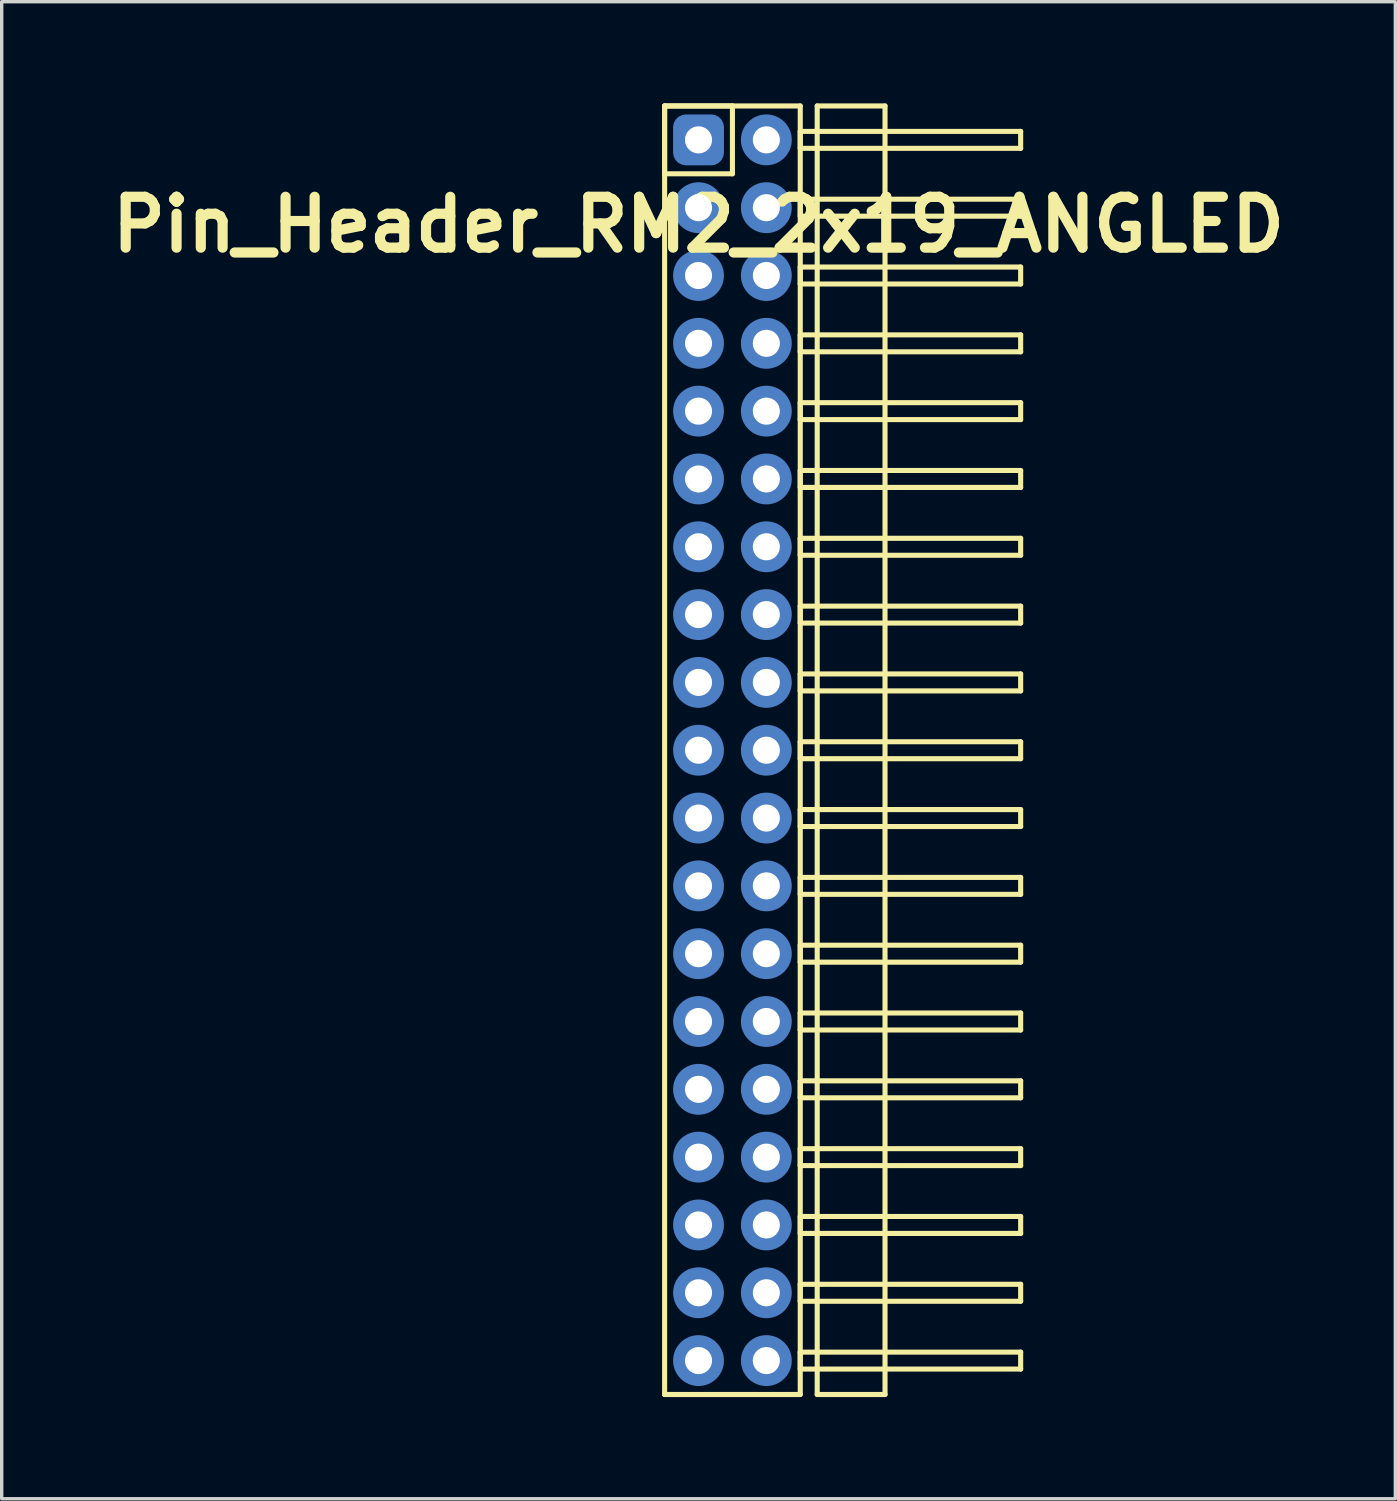
<source format=kicad_pcb>
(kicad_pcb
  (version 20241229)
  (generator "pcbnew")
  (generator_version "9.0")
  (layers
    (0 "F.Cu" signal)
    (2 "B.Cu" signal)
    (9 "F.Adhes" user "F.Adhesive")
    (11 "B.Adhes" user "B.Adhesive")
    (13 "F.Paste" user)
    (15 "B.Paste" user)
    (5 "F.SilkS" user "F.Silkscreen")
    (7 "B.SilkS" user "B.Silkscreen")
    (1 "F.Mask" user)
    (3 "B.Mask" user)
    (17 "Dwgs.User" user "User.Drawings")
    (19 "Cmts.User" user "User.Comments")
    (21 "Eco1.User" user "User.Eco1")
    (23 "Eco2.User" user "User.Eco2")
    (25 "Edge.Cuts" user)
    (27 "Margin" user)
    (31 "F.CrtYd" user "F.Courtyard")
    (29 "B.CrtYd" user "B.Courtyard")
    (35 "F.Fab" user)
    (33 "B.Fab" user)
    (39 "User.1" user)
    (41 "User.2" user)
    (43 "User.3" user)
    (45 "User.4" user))
  (footprint "Pin_Header_RM2_2x19_ANGLED"
    (layer "F.Cu")
    (at 17.55 1.075)
    (property "Reference" "Pin_Header_RM2_2x19_ANGLED" (at 0 2.5 0) (layer "F.SilkS") (effects (font (size 1.5 1.5) (thickness 0.3))))
    (attr through_hole)
    (fp_line (start -1 -1) (end 1 -1) (stroke (width 0.15) (type solid)) (layer "F.SilkS"))
    (fp_line (start -1 -1) (end 3 -1) (stroke (width 0.15) (type solid)) (layer "F.SilkS"))
    (fp_line (start -1 1) (end -1 -1) (stroke (width 0.15) (type solid)) (layer "F.SilkS"))
    (fp_line (start -1 37) (end -1 -1) (stroke (width 0.15) (type solid)) (layer "F.SilkS"))
    (fp_line (start 1 -1) (end 1 1) (stroke (width 0.15) (type solid)) (layer "F.SilkS"))
    (fp_line (start 1 1) (end -1 1) (stroke (width 0.15) (type solid)) (layer "F.SilkS"))
    (fp_line (start 3 -1) (end 3 37) (stroke (width 0.15) (type solid)) (layer "F.SilkS"))
    (fp_line (start 3 -0.25) (end 9.5 -0.25) (stroke (width 0.15) (type solid)) (layer "F.SilkS"))
    (fp_line (start 3 0.25) (end 3 -0.25) (stroke (width 0.15) (type solid)) (layer "F.SilkS"))
    (fp_line (start 3 1.75) (end 9.5 1.75) (stroke (width 0.15) (type solid)) (layer "F.SilkS"))
    (fp_line (start 3 2.25) (end 3 1.75) (stroke (width 0.15) (type solid)) (layer "F.SilkS"))
    (fp_line (start 3 3.75) (end 9.5 3.75) (stroke (width 0.15) (type solid)) (layer "F.SilkS"))
    (fp_line (start 3 4.25) (end 3 3.75) (stroke (width 0.15) (type solid)) (layer "F.SilkS"))
    (fp_line (start 3 5.75) (end 9.5 5.75) (stroke (width 0.15) (type solid)) (layer "F.SilkS"))
    (fp_line (start 3 6.25) (end 3 5.75) (stroke (width 0.15) (type solid)) (layer "F.SilkS"))
    (fp_line (start 3 7.75) (end 9.5 7.75) (stroke (width 0.15) (type solid)) (layer "F.SilkS"))
    (fp_line (start 3 8.25) (end 3 7.75) (stroke (width 0.15) (type solid)) (layer "F.SilkS"))
    (fp_line (start 3 9.75) (end 9.5 9.75) (stroke (width 0.15) (type solid)) (layer "F.SilkS"))
    (fp_line (start 3 10.25) (end 3 9.75) (stroke (width 0.15) (type solid)) (layer "F.SilkS"))
    (fp_line (start 3 11.75) (end 9.5 11.75) (stroke (width 0.15) (type solid)) (layer "F.SilkS"))
    (fp_line (start 3 12.25) (end 3 11.75) (stroke (width 0.15) (type solid)) (layer "F.SilkS"))
    (fp_line (start 3 13.75) (end 9.5 13.75) (stroke (width 0.15) (type solid)) (layer "F.SilkS"))
    (fp_line (start 3 14.25) (end 3 13.75) (stroke (width 0.15) (type solid)) (layer "F.SilkS"))
    (fp_line (start 3 15.75) (end 9.5 15.75) (stroke (width 0.15) (type solid)) (layer "F.SilkS"))
    (fp_line (start 3 16.25) (end 3 15.75) (stroke (width 0.15) (type solid)) (layer "F.SilkS"))
    (fp_line (start 3 17.75) (end 9.5 17.75) (stroke (width 0.15) (type solid)) (layer "F.SilkS"))
    (fp_line (start 3 18.25) (end 3 17.75) (stroke (width 0.15) (type solid)) (layer "F.SilkS"))
    (fp_line (start 3 19.75) (end 9.5 19.75) (stroke (width 0.15) (type solid)) (layer "F.SilkS"))
    (fp_line (start 3 20.25) (end 3 19.75) (stroke (width 0.15) (type solid)) (layer "F.SilkS"))
    (fp_line (start 3 21.75) (end 9.5 21.75) (stroke (width 0.15) (type solid)) (layer "F.SilkS"))
    (fp_line (start 3 22.25) (end 3 21.75) (stroke (width 0.15) (type solid)) (layer "F.SilkS"))
    (fp_line (start 3 23.75) (end 9.5 23.75) (stroke (width 0.15) (type solid)) (layer "F.SilkS"))
    (fp_line (start 3 24.25) (end 3 23.75) (stroke (width 0.15) (type solid)) (layer "F.SilkS"))
    (fp_line (start 3 25.75) (end 9.5 25.75) (stroke (width 0.15) (type solid)) (layer "F.SilkS"))
    (fp_line (start 3 26.25) (end 3 25.75) (stroke (width 0.15) (type solid)) (layer "F.SilkS"))
    (fp_line (start 3 27.75) (end 9.5 27.75) (stroke (width 0.15) (type solid)) (layer "F.SilkS"))
    (fp_line (start 3 28.25) (end 3 27.75) (stroke (width 0.15) (type solid)) (layer "F.SilkS"))
    (fp_line (start 3 29.75) (end 9.5 29.75) (stroke (width 0.15) (type solid)) (layer "F.SilkS"))
    (fp_line (start 3 30.25) (end 3 29.75) (stroke (width 0.15) (type solid)) (layer "F.SilkS"))
    (fp_line (start 3 31.75) (end 9.5 31.75) (stroke (width 0.15) (type solid)) (layer "F.SilkS"))
    (fp_line (start 3 32.25) (end 3 31.75) (stroke (width 0.15) (type solid)) (layer "F.SilkS"))
    (fp_line (start 3 33.75) (end 9.5 33.75) (stroke (width 0.15) (type solid)) (layer "F.SilkS"))
    (fp_line (start 3 34.25) (end 3 33.75) (stroke (width 0.15) (type solid)) (layer "F.SilkS"))
    (fp_line (start 3 35.75) (end 9.5 35.75) (stroke (width 0.15) (type solid)) (layer "F.SilkS"))
    (fp_line (start 3 36.25) (end 3 35.75) (stroke (width 0.15) (type solid)) (layer "F.SilkS"))
    (fp_line (start 3 37) (end -1 37) (stroke (width 0.15) (type solid)) (layer "F.SilkS"))
    (fp_line (start 3.5 -1) (end 5.5 -1) (stroke (width 0.15) (type solid)) (layer "F.SilkS"))
    (fp_line (start 3.5 37) (end 3.5 -1) (stroke (width 0.15) (type solid)) (layer "F.SilkS"))
    (fp_line (start 5.5 -1) (end 5.5 37) (stroke (width 0.15) (type solid)) (layer "F.SilkS"))
    (fp_line (start 5.5 37) (end 3.5 37) (stroke (width 0.15) (type solid)) (layer "F.SilkS"))
    (fp_line (start 9.5 -0.25) (end 9.5 0.25) (stroke (width 0.15) (type solid)) (layer "F.SilkS"))
    (fp_line (start 9.5 0.25) (end 3 0.25) (stroke (width 0.15) (type solid)) (layer "F.SilkS"))
    (fp_line (start 9.5 1.75) (end 9.5 2.25) (stroke (width 0.15) (type solid)) (layer "F.SilkS"))
    (fp_line (start 9.5 2.25) (end 3 2.25) (stroke (width 0.15) (type solid)) (layer "F.SilkS"))
    (fp_line (start 9.5 3.75) (end 9.5 4.25) (stroke (width 0.15) (type solid)) (layer "F.SilkS"))
    (fp_line (start 9.5 4.25) (end 3 4.25) (stroke (width 0.15) (type solid)) (layer "F.SilkS"))
    (fp_line (start 9.5 5.75) (end 9.5 6.25) (stroke (width 0.15) (type solid)) (layer "F.SilkS"))
    (fp_line (start 9.5 6.25) (end 3 6.25) (stroke (width 0.15) (type solid)) (layer "F.SilkS"))
    (fp_line (start 9.5 7.75) (end 9.5 8.25) (stroke (width 0.15) (type solid)) (layer "F.SilkS"))
    (fp_line (start 9.5 8.25) (end 3 8.25) (stroke (width 0.15) (type solid)) (layer "F.SilkS"))
    (fp_line (start 9.5 9.75) (end 9.5 10.25) (stroke (width 0.15) (type solid)) (layer "F.SilkS"))
    (fp_line (start 9.5 10.25) (end 3 10.25) (stroke (width 0.15) (type solid)) (layer "F.SilkS"))
    (fp_line (start 9.5 11.75) (end 9.5 12.25) (stroke (width 0.15) (type solid)) (layer "F.SilkS"))
    (fp_line (start 9.5 12.25) (end 3 12.25) (stroke (width 0.15) (type solid)) (layer "F.SilkS"))
    (fp_line (start 9.5 13.75) (end 9.5 14.25) (stroke (width 0.15) (type solid)) (layer "F.SilkS"))
    (fp_line (start 9.5 14.25) (end 3 14.25) (stroke (width 0.15) (type solid)) (layer "F.SilkS"))
    (fp_line (start 9.5 15.75) (end 9.5 16.25) (stroke (width 0.15) (type solid)) (layer "F.SilkS"))
    (fp_line (start 9.5 16.25) (end 3 16.25) (stroke (width 0.15) (type solid)) (layer "F.SilkS"))
    (fp_line (start 9.5 17.75) (end 9.5 18.25) (stroke (width 0.15) (type solid)) (layer "F.SilkS"))
    (fp_line (start 9.5 18.25) (end 3 18.25) (stroke (width 0.15) (type solid)) (layer "F.SilkS"))
    (fp_line (start 9.5 19.75) (end 9.5 20.25) (stroke (width 0.15) (type solid)) (layer "F.SilkS"))
    (fp_line (start 9.5 20.25) (end 3 20.25) (stroke (width 0.15) (type solid)) (layer "F.SilkS"))
    (fp_line (start 9.5 21.75) (end 9.5 22.25) (stroke (width 0.15) (type solid)) (layer "F.SilkS"))
    (fp_line (start 9.5 22.25) (end 3 22.25) (stroke (width 0.15) (type solid)) (layer "F.SilkS"))
    (fp_line (start 9.5 23.75) (end 9.5 24.25) (stroke (width 0.15) (type solid)) (layer "F.SilkS"))
    (fp_line (start 9.5 24.25) (end 3 24.25) (stroke (width 0.15) (type solid)) (layer "F.SilkS"))
    (fp_line (start 9.5 25.75) (end 9.5 26.25) (stroke (width 0.15) (type solid)) (layer "F.SilkS"))
    (fp_line (start 9.5 26.25) (end 3 26.25) (stroke (width 0.15) (type solid)) (layer "F.SilkS"))
    (fp_line (start 9.5 27.75) (end 9.5 28.25) (stroke (width 0.15) (type solid)) (layer "F.SilkS"))
    (fp_line (start 9.5 28.25) (end 3 28.25) (stroke (width 0.15) (type solid)) (layer "F.SilkS"))
    (fp_line (start 9.5 29.75) (end 9.5 30.25) (stroke (width 0.15) (type solid)) (layer "F.SilkS"))
    (fp_line (start 9.5 30.25) (end 3 30.25) (stroke (width 0.15) (type solid)) (layer "F.SilkS"))
    (fp_line (start 9.5 31.75) (end 9.5 32.25) (stroke (width 0.15) (type solid)) (layer "F.SilkS"))
    (fp_line (start 9.5 32.25) (end 3 32.25) (stroke (width 0.15) (type solid)) (layer "F.SilkS"))
    (fp_line (start 9.5 33.75) (end 9.5 34.25) (stroke (width 0.15) (type solid)) (layer "F.SilkS"))
    (fp_line (start 9.5 34.25) (end 3 34.25) (stroke (width 0.15) (type solid)) (layer "F.SilkS"))
    (fp_line (start 9.5 35.75) (end 9.5 36.25) (stroke (width 0.15) (type solid)) (layer "F.SilkS"))
    (fp_line (start 9.5 36.25) (end 3 36.25) (stroke (width 0.15) (type solid)) (layer "F.SilkS"))
    (pad "1" thru_hole circle (at 0 0) (size 1.1 1.1) (drill 0.8) (layers "*.Cu" "*.Mask"))
    (pad "1" smd roundrect (at 0 0) (size 1.25 1.25) (layers "F.Cu" "F.Mask") (roundrect_rratio 0.25))
    (pad "1" smd roundrect (at 0 0) (size 1.5 1.5) (layers "B.Cu" "B.Mask") (roundrect_rratio 0.25))
    (pad "2" thru_hole circle (at 2 0) (size 1.1 1.1) (drill 0.8) (layers "*.Cu" "*.Mask"))
    (pad "2" smd circle (at 2 0) (size 1.25 1.25) (layers "F.Cu" "F.Mask"))
    (pad "2" smd circle (at 2 0) (size 1.5 1.5) (layers "B.Cu" "B.Mask"))
    (pad "3" thru_hole circle (at 0 2) (size 1.1 1.1) (drill 0.8) (layers "*.Cu" "*.Mask"))
    (pad "3" smd circle (at 0 2) (size 1.25 1.25) (layers "F.Cu" "F.Mask"))
    (pad "3" smd circle (at 0 2) (size 1.5 1.5) (layers "B.Cu" "B.Mask"))
    (pad "4" thru_hole circle (at 2 2) (size 1.1 1.1) (drill 0.8) (layers "*.Cu" "*.Mask"))
    (pad "4" smd circle (at 2 2) (size 1.25 1.25) (layers "F.Cu" "F.Mask"))
    (pad "4" smd circle (at 2 2) (size 1.5 1.5) (layers "B.Cu" "B.Mask"))
    (pad "5" thru_hole circle (at 0 4) (size 1.1 1.1) (drill 0.8) (layers "*.Cu" "*.Mask"))
    (pad "5" smd circle (at 0 4) (size 1.25 1.25) (layers "F.Cu" "F.Mask"))
    (pad "5" smd circle (at 0 4) (size 1.5 1.5) (layers "B.Cu" "B.Mask"))
    (pad "6" thru_hole circle (at 2 4) (size 1.1 1.1) (drill 0.8) (layers "*.Cu" "*.Mask"))
    (pad "6" smd circle (at 2 4) (size 1.25 1.25) (layers "F.Cu" "F.Mask"))
    (pad "6" smd circle (at 2 4) (size 1.5 1.5) (layers "B.Cu" "B.Mask"))
    (pad "7" thru_hole circle (at 0 6) (size 1.1 1.1) (drill 0.8) (layers "*.Cu" "*.Mask"))
    (pad "7" smd circle (at 0 6) (size 1.25 1.25) (layers "F.Cu" "F.Mask"))
    (pad "7" smd circle (at 0 6) (size 1.5 1.5) (layers "B.Cu" "B.Mask"))
    (pad "8" thru_hole circle (at 2 6) (size 1.1 1.1) (drill 0.8) (layers "*.Cu" "*.Mask"))
    (pad "8" smd circle (at 2 6) (size 1.25 1.25) (layers "F.Cu" "F.Mask"))
    (pad "8" smd circle (at 2 6) (size 1.5 1.5) (layers "B.Cu" "B.Mask"))
    (pad "9" thru_hole circle (at 0 8) (size 1.1 1.1) (drill 0.8) (layers "*.Cu" "*.Mask"))
    (pad "9" smd circle (at 0 8) (size 1.25 1.25) (layers "F.Cu" "F.Mask"))
    (pad "9" smd circle (at 0 8) (size 1.5 1.5) (layers "B.Cu" "B.Mask"))
    (pad "10" thru_hole circle (at 2 8) (size 1.1 1.1) (drill 0.8) (layers "*.Cu" "*.Mask"))
    (pad "10" smd circle (at 2 8) (size 1.25 1.25) (layers "F.Cu" "F.Mask"))
    (pad "10" smd circle (at 2 8) (size 1.5 1.5) (layers "B.Cu" "B.Mask"))
    (pad "11" thru_hole circle (at 0 10) (size 1.1 1.1) (drill 0.8) (layers "*.Cu" "*.Mask"))
    (pad "11" smd circle (at 0 10) (size 1.25 1.25) (layers "F.Cu" "F.Mask"))
    (pad "11" smd circle (at 0 10) (size 1.5 1.5) (layers "B.Cu" "B.Mask"))
    (pad "12" thru_hole circle (at 2 10) (size 1.1 1.1) (drill 0.8) (layers "*.Cu" "*.Mask"))
    (pad "12" smd circle (at 2 10) (size 1.25 1.25) (layers "F.Cu" "F.Mask"))
    (pad "12" smd circle (at 2 10) (size 1.5 1.5) (layers "B.Cu" "B.Mask"))
    (pad "13" thru_hole circle (at 0 12) (size 1.1 1.1) (drill 0.8) (layers "*.Cu" "*.Mask"))
    (pad "13" smd circle (at 0 12) (size 1.25 1.25) (layers "F.Cu" "F.Mask"))
    (pad "13" smd circle (at 0 12) (size 1.5 1.5) (layers "B.Cu" "B.Mask"))
    (pad "14" thru_hole circle (at 2 12) (size 1.1 1.1) (drill 0.8) (layers "*.Cu" "*.Mask"))
    (pad "14" smd circle (at 2 12) (size 1.25 1.25) (layers "F.Cu" "F.Mask"))
    (pad "14" smd circle (at 2 12) (size 1.5 1.5) (layers "B.Cu" "B.Mask"))
    (pad "15" thru_hole circle (at 0 14) (size 1.1 1.1) (drill 0.8) (layers "*.Cu" "*.Mask"))
    (pad "15" smd circle (at 0 14) (size 1.25 1.25) (layers "F.Cu" "F.Mask"))
    (pad "15" smd circle (at 0 14) (size 1.5 1.5) (layers "B.Cu" "B.Mask"))
    (pad "16" thru_hole circle (at 2 14) (size 1.1 1.1) (drill 0.8) (layers "*.Cu" "*.Mask"))
    (pad "16" smd circle (at 2 14) (size 1.25 1.25) (layers "F.Cu" "F.Mask"))
    (pad "16" smd circle (at 2 14) (size 1.5 1.5) (layers "B.Cu" "B.Mask"))
    (pad "17" thru_hole circle (at 0 16) (size 1.1 1.1) (drill 0.8) (layers "*.Cu" "*.Mask"))
    (pad "17" smd circle (at 0 16) (size 1.25 1.25) (layers "F.Cu" "F.Mask"))
    (pad "17" smd circle (at 0 16) (size 1.5 1.5) (layers "B.Cu" "B.Mask"))
    (pad "18" thru_hole circle (at 2 16) (size 1.1 1.1) (drill 0.8) (layers "*.Cu" "*.Mask"))
    (pad "18" smd circle (at 2 16) (size 1.25 1.25) (layers "F.Cu" "F.Mask"))
    (pad "18" smd circle (at 2 16) (size 1.5 1.5) (layers "B.Cu" "B.Mask"))
    (pad "19" thru_hole circle (at 0 18) (size 1.1 1.1) (drill 0.8) (layers "*.Cu" "*.Mask"))
    (pad "19" smd circle (at 0 18) (size 1.25 1.25) (layers "F.Cu" "F.Mask"))
    (pad "19" smd circle (at 0 18) (size 1.5 1.5) (layers "B.Cu" "B.Mask"))
    (pad "20" thru_hole circle (at 2 18) (size 1.1 1.1) (drill 0.8) (layers "*.Cu" "*.Mask"))
    (pad "20" smd circle (at 2 18) (size 1.25 1.25) (layers "F.Cu" "F.Mask"))
    (pad "20" smd circle (at 2 18) (size 1.5 1.5) (layers "B.Cu" "B.Mask"))
    (pad "21" thru_hole circle (at 0 20) (size 1.1 1.1) (drill 0.8) (layers "*.Cu" "*.Mask"))
    (pad "21" smd circle (at 0 20) (size 1.25 1.25) (layers "F.Cu" "F.Mask"))
    (pad "21" smd circle (at 0 20) (size 1.5 1.5) (layers "B.Cu" "B.Mask"))
    (pad "22" thru_hole circle (at 2 20) (size 1.1 1.1) (drill 0.8) (layers "*.Cu" "*.Mask"))
    (pad "22" smd circle (at 2 20) (size 1.25 1.25) (layers "F.Cu" "F.Mask"))
    (pad "22" smd circle (at 2 20) (size 1.5 1.5) (layers "B.Cu" "B.Mask"))
    (pad "23" thru_hole circle (at 0 22) (size 1.1 1.1) (drill 0.8) (layers "*.Cu" "*.Mask"))
    (pad "23" smd circle (at 0 22) (size 1.25 1.25) (layers "F.Cu" "F.Mask"))
    (pad "23" smd circle (at 0 22) (size 1.5 1.5) (layers "B.Cu" "B.Mask"))
    (pad "24" thru_hole circle (at 2 22) (size 1.1 1.1) (drill 0.8) (layers "*.Cu" "*.Mask"))
    (pad "24" smd circle (at 2 22) (size 1.25 1.25) (layers "F.Cu" "F.Mask"))
    (pad "24" smd circle (at 2 22) (size 1.5 1.5) (layers "B.Cu" "B.Mask"))
    (pad "25" thru_hole circle (at 0 24) (size 1.1 1.1) (drill 0.8) (layers "*.Cu" "*.Mask"))
    (pad "25" smd circle (at 0 24) (size 1.25 1.25) (layers "F.Cu" "F.Mask"))
    (pad "25" smd circle (at 0 24) (size 1.5 1.5) (layers "B.Cu" "B.Mask"))
    (pad "26" thru_hole circle (at 2 24) (size 1.1 1.1) (drill 0.8) (layers "*.Cu" "*.Mask"))
    (pad "26" smd circle (at 2 24) (size 1.25 1.25) (layers "F.Cu" "F.Mask"))
    (pad "26" smd circle (at 2 24) (size 1.5 1.5) (layers "B.Cu" "B.Mask"))
    (pad "27" thru_hole circle (at 0 26) (size 1.1 1.1) (drill 0.8) (layers "*.Cu" "*.Mask"))
    (pad "27" smd circle (at 0 26) (size 1.25 1.25) (layers "F.Cu" "F.Mask"))
    (pad "27" smd circle (at 0 26) (size 1.5 1.5) (layers "B.Cu" "B.Mask"))
    (pad "28" thru_hole circle (at 2 26) (size 1.1 1.1) (drill 0.8) (layers "*.Cu" "*.Mask"))
    (pad "28" smd circle (at 2 26) (size 1.25 1.25) (layers "F.Cu" "F.Mask"))
    (pad "28" smd circle (at 2 26) (size 1.5 1.5) (layers "B.Cu" "B.Mask"))
    (pad "29" thru_hole circle (at 0 28) (size 1.1 1.1) (drill 0.8) (layers "*.Cu" "*.Mask"))
    (pad "29" smd circle (at 0 28) (size 1.25 1.25) (layers "F.Cu" "F.Mask"))
    (pad "29" smd circle (at 0 28) (size 1.5 1.5) (layers "B.Cu" "B.Mask"))
    (pad "30" thru_hole circle (at 2 28) (size 1.1 1.1) (drill 0.8) (layers "*.Cu" "*.Mask"))
    (pad "30" smd circle (at 2 28) (size 1.25 1.25) (layers "F.Cu" "F.Mask"))
    (pad "30" smd circle (at 2 28) (size 1.5 1.5) (layers "B.Cu" "B.Mask"))
    (pad "31" thru_hole circle (at 0 30) (size 1.1 1.1) (drill 0.8) (layers "*.Cu" "*.Mask"))
    (pad "31" smd circle (at 0 30) (size 1.25 1.25) (layers "F.Cu" "F.Mask"))
    (pad "31" smd circle (at 0 30) (size 1.5 1.5) (layers "B.Cu" "B.Mask"))
    (pad "32" thru_hole circle (at 2 30) (size 1.1 1.1) (drill 0.8) (layers "*.Cu" "*.Mask"))
    (pad "32" smd circle (at 2 30) (size 1.25 1.25) (layers "F.Cu" "F.Mask"))
    (pad "32" smd circle (at 2 30) (size 1.5 1.5) (layers "B.Cu" "B.Mask"))
    (pad "33" thru_hole circle (at 0 32) (size 1.1 1.1) (drill 0.8) (layers "*.Cu" "*.Mask"))
    (pad "33" smd circle (at 0 32) (size 1.25 1.25) (layers "F.Cu" "F.Mask"))
    (pad "33" smd circle (at 0 32) (size 1.5 1.5) (layers "B.Cu" "B.Mask"))
    (pad "34" thru_hole circle (at 2 32) (size 1.1 1.1) (drill 0.8) (layers "*.Cu" "*.Mask"))
    (pad "34" smd circle (at 2 32) (size 1.25 1.25) (layers "F.Cu" "F.Mask"))
    (pad "34" smd circle (at 2 32) (size 1.5 1.5) (layers "B.Cu" "B.Mask"))
    (pad "35" thru_hole circle (at 0 34) (size 1.1 1.1) (drill 0.8) (layers "*.Cu" "*.Mask"))
    (pad "35" smd circle (at 0 34) (size 1.25 1.25) (layers "F.Cu" "F.Mask"))
    (pad "35" smd circle (at 0 34) (size 1.5 1.5) (layers "B.Cu" "B.Mask"))
    (pad "36" thru_hole circle (at 2 34) (size 1.1 1.1) (drill 0.8) (layers "*.Cu" "*.Mask"))
    (pad "36" smd circle (at 2 34) (size 1.25 1.25) (layers "F.Cu" "F.Mask"))
    (pad "36" smd circle (at 2 34) (size 1.5 1.5) (layers "B.Cu" "B.Mask"))
    (pad "37" thru_hole circle (at 0 36) (size 1.1 1.1) (drill 0.8) (layers "*.Cu" "*.Mask"))
    (pad "37" smd circle (at 0 36) (size 1.25 1.25) (layers "F.Cu" "F.Mask"))
    (pad "37" smd circle (at 0 36) (size 1.5 1.5) (layers "B.Cu" "B.Mask"))
    (pad "38" thru_hole circle (at 2 36) (size 1.1 1.1) (drill 0.8) (layers "*.Cu" "*.Mask"))
    (pad "38" smd circle (at 2 36) (size 1.25 1.25) (layers "F.Cu" "F.Mask"))
    (pad "38" smd circle (at 2 36) (size 1.5 1.5) (layers "B.Cu" "B.Mask")))
  (gr_rect
    (start -3 -3)
    (end 38.1 41.15)
    (stroke (width 0.1) (type default))
    (fill no)
    (layer "Edge.Cuts")))
</source>
